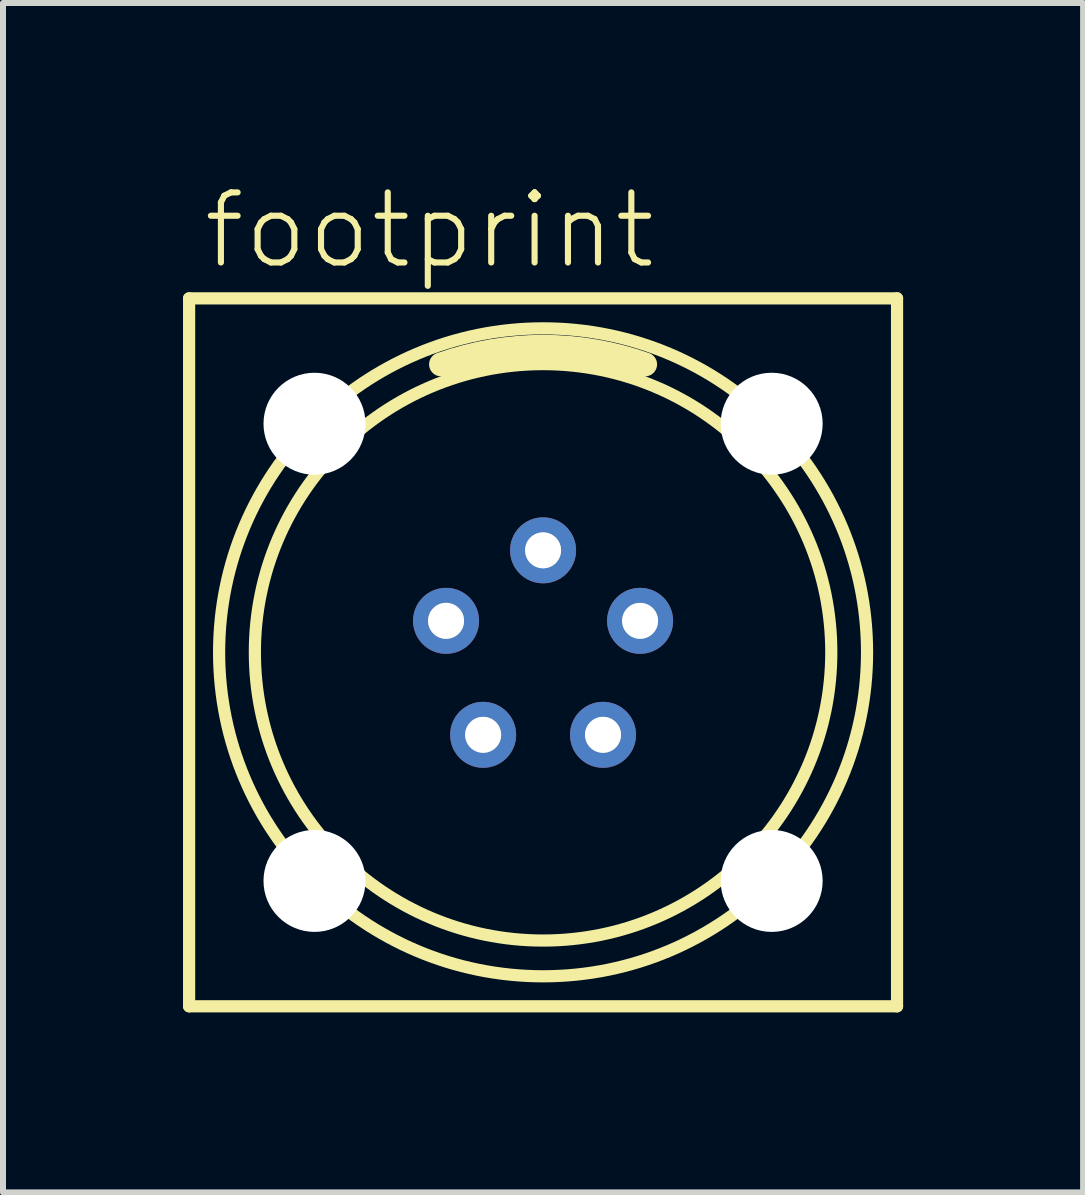
<source format=kicad_pcb>
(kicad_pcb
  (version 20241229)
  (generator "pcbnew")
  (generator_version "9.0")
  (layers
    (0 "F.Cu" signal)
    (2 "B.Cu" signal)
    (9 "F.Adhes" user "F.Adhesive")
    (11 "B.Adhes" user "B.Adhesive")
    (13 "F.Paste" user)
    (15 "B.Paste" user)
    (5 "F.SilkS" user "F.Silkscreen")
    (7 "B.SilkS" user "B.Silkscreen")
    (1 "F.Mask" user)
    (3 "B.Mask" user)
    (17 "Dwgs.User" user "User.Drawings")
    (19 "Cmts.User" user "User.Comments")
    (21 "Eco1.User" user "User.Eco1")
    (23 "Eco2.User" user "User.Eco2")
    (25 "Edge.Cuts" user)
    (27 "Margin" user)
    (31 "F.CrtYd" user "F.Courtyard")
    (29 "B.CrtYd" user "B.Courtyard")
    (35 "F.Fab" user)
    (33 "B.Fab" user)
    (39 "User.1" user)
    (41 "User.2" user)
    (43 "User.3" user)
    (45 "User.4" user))
  (footprint "footprint"
    (layer "F.Cu")
    (at 6.002 7.823)
    (property "Reference" "footprint" (at -5.715 -6.35 0) (layer "F.SilkS") (effects (font (size 1.168 1.168) (thickness 0.102)) (justify left bottom)))
    (fp_line (start -5.9 -5.9) (end 5.9 -5.9) (stroke (width 0.203) (type solid)) (layer "F.SilkS"))
    (fp_line (start -5.9 5.9) (end -5.9 -5.9) (stroke (width 0.203) (type solid)) (layer "F.SilkS"))
    (fp_line (start 5.9 -5.9) (end 5.9 5.9) (stroke (width 0.203) (type solid)) (layer "F.SilkS"))
    (fp_line (start 5.9 5.9) (end -5.9 5.9) (stroke (width 0.203) (type solid)) (layer "F.SilkS"))
    (fp_arc (start -1.7 -4.8) (mid 0 -5.092151) (end 1.7 -4.8) (stroke (width 0.4) (type solid)) (layer "F.SilkS"))
    (fp_circle (center 0 0) (end 4.804 0) (stroke (width 0.203) (type solid)) (fill no) (layer "F.SilkS"))
    (fp_circle (center 0 0) (end 5.4 0) (stroke (width 0.203) (type solid)) (fill no) (layer "F.SilkS"))
    (fp_circle (center -1.617 -0.525) (end -1.418 -0.525) (stroke (width 0.203) (type solid)) (fill no) (layer "F.Fab"))
    (fp_circle (center -0.999 1.375) (end -0.801 1.375) (stroke (width 0.203) (type solid)) (fill no) (layer "F.Fab"))
    (fp_circle (center 0 -1.7) (end 0.198 -1.7) (stroke (width 0.203) (type solid)) (fill no) (layer "F.Fab"))
    (fp_circle (center 0.999 1.375) (end 1.198 1.375) (stroke (width 0.203) (type solid)) (fill no) (layer "F.Fab"))
    (fp_circle (center 1.617 -0.525) (end 1.815 -0.525) (stroke (width 0.203) (type solid)) (fill no) (layer "F.Fab"))
    (pad "" np_thru_hole circle (at -3.81 -3.81) (size 1.7 1.7) (drill 1.7) (layers "*.Cu" "*.Mask"))
    (pad "" np_thru_hole circle (at -3.81 3.81) (size 1.7 1.7) (drill 1.7) (layers "*.Cu" "*.Mask"))
    (pad "" np_thru_hole circle (at 3.81 -3.81) (size 1.7 1.7) (drill 1.7) (layers "*.Cu" "*.Mask"))
    (pad "" np_thru_hole circle (at 3.81 3.81) (size 1.7 1.7) (drill 1.7) (layers "*.Cu" "*.Mask"))
    (pad "1" thru_hole circle (at 0 -1.7) (size 1.1 1.1) (drill 0.6) (layers "*.Cu" "*.Mask"))
    (pad "2" thru_hole circle (at -1.617 -0.525) (size 1.1 1.1) (drill 0.6) (layers "*.Cu" "*.Mask"))
    (pad "3" thru_hole circle (at -0.999 1.375) (size 1.1 1.1) (drill 0.6) (layers "*.Cu" "*.Mask"))
    (pad "4" thru_hole circle (at 0.999 1.375) (size 1.1 1.1) (drill 0.6) (layers "*.Cu" "*.Mask"))
    (pad "5" thru_hole circle (at 1.617 -0.525) (size 1.1 1.1) (drill 0.6) (layers "*.Cu" "*.Mask")))
  (gr_rect
    (start -3 -3)
    (end 15.003 16.825)
    (stroke (width 0.1) (type default))
    (fill no)
    (layer "Edge.Cuts")))
</source>
